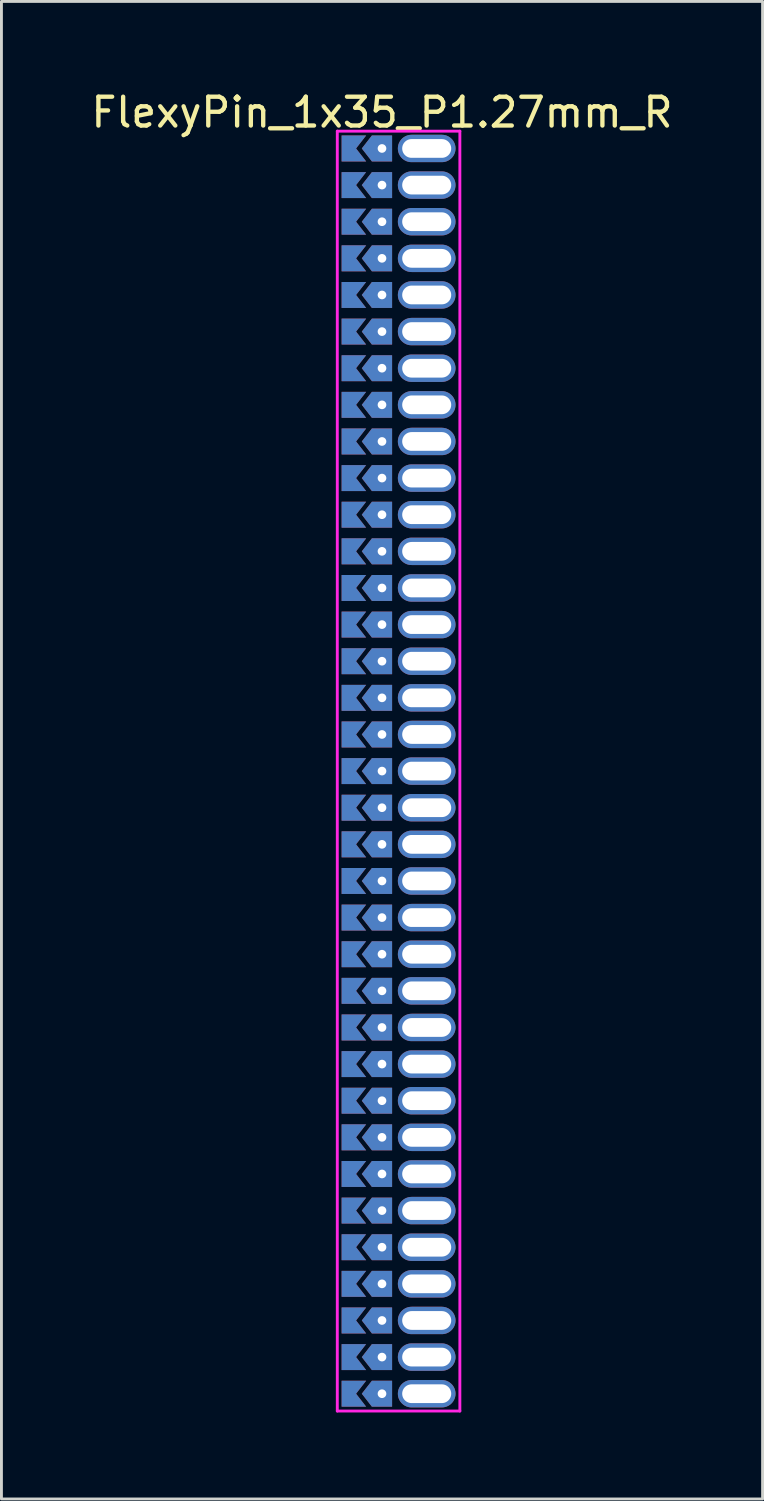
<source format=kicad_pcb>
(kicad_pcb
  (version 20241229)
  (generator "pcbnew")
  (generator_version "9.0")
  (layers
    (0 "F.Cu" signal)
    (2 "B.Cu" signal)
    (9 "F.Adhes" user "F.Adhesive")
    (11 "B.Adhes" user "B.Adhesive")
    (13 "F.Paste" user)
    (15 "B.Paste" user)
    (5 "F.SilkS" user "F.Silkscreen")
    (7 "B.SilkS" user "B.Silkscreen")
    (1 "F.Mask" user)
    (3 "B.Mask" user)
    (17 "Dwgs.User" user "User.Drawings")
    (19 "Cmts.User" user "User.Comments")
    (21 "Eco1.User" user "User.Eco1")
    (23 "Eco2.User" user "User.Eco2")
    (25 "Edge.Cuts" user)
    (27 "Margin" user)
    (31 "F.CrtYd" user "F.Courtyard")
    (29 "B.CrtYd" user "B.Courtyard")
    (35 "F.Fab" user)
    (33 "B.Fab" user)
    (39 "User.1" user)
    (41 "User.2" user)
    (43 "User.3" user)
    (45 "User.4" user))
  (footprint "FlexyPin_1x35_P1.27mm_R"
    (layer "F.Cu")
    (at 10.196 2.098)
    (property "Reference" "FlexyPin_1x35_P1.27mm_R" (at 0 -1.25 0) (layer "F.SilkS") (effects (font (size 1 1) (thickness 0.15))))
    (attr through_hole)
    (fp_line (start -1.55 -0.6) (end 2.7 -0.6) (stroke (width 0.1) (type solid)) (layer "F.CrtYd"))
    (fp_line (start -1.55 43.78) (end -1.55 -0.6) (stroke (width 0.1) (type solid)) (layer "F.CrtYd"))
    (fp_line (start 2.7 -0.6) (end 2.7 43.78) (stroke (width 0.1) (type solid)) (layer "F.CrtYd"))
    (fp_line (start 2.7 43.78) (end -1.55 43.78) (stroke (width 0.1) (type solid)) (layer "F.CrtYd"))
    (pad "" thru_hole custom (at 0 0) (size 0.3 0.3) (drill 0.6) (layers "*.Cu" "*.Mask") (options (anchor rect)) (primitives (gr_poly (pts (xy 0.35 0.45) (xy 0.35 -0.45) (xy -0.35 -0.45) (xy -0.7 0) (xy -0.35 0.45)) (width 0) (fill yes))))
    (pad "" thru_hole custom (at 0 1.27) (size 0.3 0.3) (drill 0.6) (layers "*.Cu" "*.Mask") (options (anchor rect)) (primitives (gr_poly (pts (xy 0.35 0.45) (xy 0.35 -0.45) (xy -0.35 -0.45) (xy -0.7 0) (xy -0.35 0.45)) (width 0) (fill yes))))
    (pad "" thru_hole custom (at 0 2.54) (size 0.3 0.3) (drill 0.6) (layers "*.Cu" "*.Mask") (options (anchor rect)) (primitives (gr_poly (pts (xy 0.35 0.45) (xy 0.35 -0.45) (xy -0.35 -0.45) (xy -0.7 0) (xy -0.35 0.45)) (width 0) (fill yes))))
    (pad "" thru_hole custom (at 0 3.81) (size 0.3 0.3) (drill 0.6) (layers "*.Cu" "*.Mask") (options (anchor rect)) (primitives (gr_poly (pts (xy 0.35 0.45) (xy 0.35 -0.45) (xy -0.35 -0.45) (xy -0.7 0) (xy -0.35 0.45)) (width 0) (fill yes))))
    (pad "" thru_hole custom (at 0 5.08) (size 0.3 0.3) (drill 0.6) (layers "*.Cu" "*.Mask") (options (anchor rect)) (primitives (gr_poly (pts (xy 0.35 0.45) (xy 0.35 -0.45) (xy -0.35 -0.45) (xy -0.7 0) (xy -0.35 0.45)) (width 0) (fill yes))))
    (pad "" thru_hole custom (at 0 6.35) (size 0.3 0.3) (drill 0.6) (layers "*.Cu" "*.Mask") (options (anchor rect)) (primitives (gr_poly (pts (xy 0.35 0.45) (xy 0.35 -0.45) (xy -0.35 -0.45) (xy -0.7 0) (xy -0.35 0.45)) (width 0) (fill yes))))
    (pad "" thru_hole custom (at 0 7.62) (size 0.3 0.3) (drill 0.6) (layers "*.Cu" "*.Mask") (options (anchor rect)) (primitives (gr_poly (pts (xy 0.35 0.45) (xy 0.35 -0.45) (xy -0.35 -0.45) (xy -0.7 0) (xy -0.35 0.45)) (width 0) (fill yes))))
    (pad "" thru_hole custom (at 0 8.89) (size 0.3 0.3) (drill 0.6) (layers "*.Cu" "*.Mask") (options (anchor rect)) (primitives (gr_poly (pts (xy 0.35 0.45) (xy 0.35 -0.45) (xy -0.35 -0.45) (xy -0.7 0) (xy -0.35 0.45)) (width 0) (fill yes))))
    (pad "" thru_hole custom (at 0 10.16) (size 0.3 0.3) (drill 0.6) (layers "*.Cu" "*.Mask") (options (anchor rect)) (primitives (gr_poly (pts (xy 0.35 0.45) (xy 0.35 -0.45) (xy -0.35 -0.45) (xy -0.7 0) (xy -0.35 0.45)) (width 0) (fill yes))))
    (pad "" thru_hole custom (at 0 11.43) (size 0.3 0.3) (drill 0.6) (layers "*.Cu" "*.Mask") (options (anchor rect)) (primitives (gr_poly (pts (xy 0.35 0.45) (xy 0.35 -0.45) (xy -0.35 -0.45) (xy -0.7 0) (xy -0.35 0.45)) (width 0) (fill yes))))
    (pad "" thru_hole custom (at 0 12.7) (size 0.3 0.3) (drill 0.6) (layers "*.Cu" "*.Mask") (options (anchor rect)) (primitives (gr_poly (pts (xy 0.35 0.45) (xy 0.35 -0.45) (xy -0.35 -0.45) (xy -0.7 0) (xy -0.35 0.45)) (width 0) (fill yes))))
    (pad "" thru_hole custom (at 0 13.97) (size 0.3 0.3) (drill 0.6) (layers "*.Cu" "*.Mask") (options (anchor rect)) (primitives (gr_poly (pts (xy 0.35 0.45) (xy 0.35 -0.45) (xy -0.35 -0.45) (xy -0.7 0) (xy -0.35 0.45)) (width 0) (fill yes))))
    (pad "" thru_hole custom (at 0 15.24) (size 0.3 0.3) (drill 0.6) (layers "*.Cu" "*.Mask") (options (anchor rect)) (primitives (gr_poly (pts (xy 0.35 0.45) (xy 0.35 -0.45) (xy -0.35 -0.45) (xy -0.7 0) (xy -0.35 0.45)) (width 0) (fill yes))))
    (pad "" thru_hole custom (at 0 16.51) (size 0.3 0.3) (drill 0.6) (layers "*.Cu" "*.Mask") (options (anchor rect)) (primitives (gr_poly (pts (xy 0.35 0.45) (xy 0.35 -0.45) (xy -0.35 -0.45) (xy -0.7 0) (xy -0.35 0.45)) (width 0) (fill yes))))
    (pad "" thru_hole custom (at 0 17.78) (size 0.3 0.3) (drill 0.6) (layers "*.Cu" "*.Mask") (options (anchor rect)) (primitives (gr_poly (pts (xy 0.35 0.45) (xy 0.35 -0.45) (xy -0.35 -0.45) (xy -0.7 0) (xy -0.35 0.45)) (width 0) (fill yes))))
    (pad "" thru_hole custom (at 0 19.05) (size 0.3 0.3) (drill 0.6) (layers "*.Cu" "*.Mask") (options (anchor rect)) (primitives (gr_poly (pts (xy 0.35 0.45) (xy 0.35 -0.45) (xy -0.35 -0.45) (xy -0.7 0) (xy -0.35 0.45)) (width 0) (fill yes))))
    (pad "" thru_hole custom (at 0 20.32) (size 0.3 0.3) (drill 0.6) (layers "*.Cu" "*.Mask") (options (anchor rect)) (primitives (gr_poly (pts (xy 0.35 0.45) (xy 0.35 -0.45) (xy -0.35 -0.45) (xy -0.7 0) (xy -0.35 0.45)) (width 0) (fill yes))))
    (pad "" thru_hole custom (at 0 21.59) (size 0.3 0.3) (drill 0.6) (layers "*.Cu" "*.Mask") (options (anchor rect)) (primitives (gr_poly (pts (xy 0.35 0.45) (xy 0.35 -0.45) (xy -0.35 -0.45) (xy -0.7 0) (xy -0.35 0.45)) (width 0) (fill yes))))
    (pad "" thru_hole custom (at 0 22.86) (size 0.3 0.3) (drill 0.6) (layers "*.Cu" "*.Mask") (options (anchor rect)) (primitives (gr_poly (pts (xy 0.35 0.45) (xy 0.35 -0.45) (xy -0.35 -0.45) (xy -0.7 0) (xy -0.35 0.45)) (width 0) (fill yes))))
    (pad "" thru_hole custom (at 0 24.13) (size 0.3 0.3) (drill 0.6) (layers "*.Cu" "*.Mask") (options (anchor rect)) (primitives (gr_poly (pts (xy 0.35 0.45) (xy 0.35 -0.45) (xy -0.35 -0.45) (xy -0.7 0) (xy -0.35 0.45)) (width 0) (fill yes))))
    (pad "" thru_hole custom (at 0 25.4) (size 0.3 0.3) (drill 0.6) (layers "*.Cu" "*.Mask") (options (anchor rect)) (primitives (gr_poly (pts (xy 0.35 0.45) (xy 0.35 -0.45) (xy -0.35 -0.45) (xy -0.7 0) (xy -0.35 0.45)) (width 0) (fill yes))))
    (pad "" thru_hole custom (at 0 26.67) (size 0.3 0.3) (drill 0.6) (layers "*.Cu" "*.Mask") (options (anchor rect)) (primitives (gr_poly (pts (xy 0.35 0.45) (xy 0.35 -0.45) (xy -0.35 -0.45) (xy -0.7 0) (xy -0.35 0.45)) (width 0) (fill yes))))
    (pad "" thru_hole custom (at 0 27.94) (size 0.3 0.3) (drill 0.6) (layers "*.Cu" "*.Mask") (options (anchor rect)) (primitives (gr_poly (pts (xy 0.35 0.45) (xy 0.35 -0.45) (xy -0.35 -0.45) (xy -0.7 0) (xy -0.35 0.45)) (width 0) (fill yes))))
    (pad "" thru_hole custom (at 0 29.21) (size 0.3 0.3) (drill 0.6) (layers "*.Cu" "*.Mask") (options (anchor rect)) (primitives (gr_poly (pts (xy 0.35 0.45) (xy 0.35 -0.45) (xy -0.35 -0.45) (xy -0.7 0) (xy -0.35 0.45)) (width 0) (fill yes))))
    (pad "" thru_hole custom (at 0 30.48) (size 0.3 0.3) (drill 0.6) (layers "*.Cu" "*.Mask") (options (anchor rect)) (primitives (gr_poly (pts (xy 0.35 0.45) (xy 0.35 -0.45) (xy -0.35 -0.45) (xy -0.7 0) (xy -0.35 0.45)) (width 0) (fill yes))))
    (pad "" thru_hole custom (at 0 31.75) (size 0.3 0.3) (drill 0.6) (layers "*.Cu" "*.Mask") (options (anchor rect)) (primitives (gr_poly (pts (xy 0.35 0.45) (xy 0.35 -0.45) (xy -0.35 -0.45) (xy -0.7 0) (xy -0.35 0.45)) (width 0) (fill yes))))
    (pad "" thru_hole custom (at 0 33.02) (size 0.3 0.3) (drill 0.6) (layers "*.Cu" "*.Mask") (options (anchor rect)) (primitives (gr_poly (pts (xy 0.35 0.45) (xy 0.35 -0.45) (xy -0.35 -0.45) (xy -0.7 0) (xy -0.35 0.45)) (width 0) (fill yes))))
    (pad "" thru_hole custom (at 0 34.29) (size 0.3 0.3) (drill 0.6) (layers "*.Cu" "*.Mask") (options (anchor rect)) (primitives (gr_poly (pts (xy 0.35 0.45) (xy 0.35 -0.45) (xy -0.35 -0.45) (xy -0.7 0) (xy -0.35 0.45)) (width 0) (fill yes))))
    (pad "" thru_hole custom (at 0 35.56) (size 0.3 0.3) (drill 0.6) (layers "*.Cu" "*.Mask") (options (anchor rect)) (primitives (gr_poly (pts (xy 0.35 0.45) (xy 0.35 -0.45) (xy -0.35 -0.45) (xy -0.7 0) (xy -0.35 0.45)) (width 0) (fill yes))))
    (pad "" thru_hole custom (at 0 36.83) (size 0.3 0.3) (drill 0.6) (layers "*.Cu" "*.Mask") (options (anchor rect)) (primitives (gr_poly (pts (xy 0.35 0.45) (xy 0.35 -0.45) (xy -0.35 -0.45) (xy -0.7 0) (xy -0.35 0.45)) (width 0) (fill yes))))
    (pad "" thru_hole custom (at 0 38.1) (size 0.3 0.3) (drill 0.6) (layers "*.Cu" "*.Mask") (options (anchor rect)) (primitives (gr_poly (pts (xy 0.35 0.45) (xy 0.35 -0.45) (xy -0.35 -0.45) (xy -0.7 0) (xy -0.35 0.45)) (width 0) (fill yes))))
    (pad "" thru_hole custom (at 0 39.37) (size 0.3 0.3) (drill 0.6) (layers "*.Cu" "*.Mask") (options (anchor rect)) (primitives (gr_poly (pts (xy 0.35 0.45) (xy 0.35 -0.45) (xy -0.35 -0.45) (xy -0.7 0) (xy -0.35 0.45)) (width 0) (fill yes))))
    (pad "" thru_hole custom (at 0 40.64) (size 0.3 0.3) (drill 0.6) (layers "*.Cu" "*.Mask") (options (anchor rect)) (primitives (gr_poly (pts (xy 0.35 0.45) (xy 0.35 -0.45) (xy -0.35 -0.45) (xy -0.7 0) (xy -0.35 0.45)) (width 0) (fill yes))))
    (pad "" thru_hole custom (at 0 41.91) (size 0.3 0.3) (drill 0.6) (layers "*.Cu" "*.Mask") (options (anchor rect)) (primitives (gr_poly (pts (xy 0.35 0.45) (xy 0.35 -0.45) (xy -0.35 -0.45) (xy -0.7 0) (xy -0.35 0.45)) (width 0) (fill yes))))
    (pad "" thru_hole custom (at 0 43.18) (size 0.3 0.3) (drill 0.6) (layers "*.Cu" "*.Mask") (options (anchor rect)) (primitives (gr_poly (pts (xy 0.35 0.45) (xy 0.35 -0.45) (xy -0.35 -0.45) (xy -0.7 0) (xy -0.35 0.45)) (width 0) (fill yes))))
    (pad "" thru_hole oval (at 1.55 0) (size 2 0.95) (drill oval 1.7 0.65) (layers "*.Cu" "*.Mask"))
    (pad "" thru_hole oval (at 1.55 1.27) (size 2 0.95) (drill oval 1.7 0.65) (layers "*.Cu" "*.Mask"))
    (pad "" thru_hole oval (at 1.55 2.54) (size 2 0.95) (drill oval 1.7 0.65) (layers "*.Cu" "*.Mask"))
    (pad "" thru_hole oval (at 1.55 3.81) (size 2 0.95) (drill oval 1.7 0.65) (layers "*.Cu" "*.Mask"))
    (pad "" thru_hole oval (at 1.55 5.08) (size 2 0.95) (drill oval 1.7 0.65) (layers "*.Cu" "*.Mask"))
    (pad "" thru_hole oval (at 1.55 6.35) (size 2 0.95) (drill oval 1.7 0.65) (layers "*.Cu" "*.Mask"))
    (pad "" thru_hole oval (at 1.55 7.62) (size 2 0.95) (drill oval 1.7 0.65) (layers "*.Cu" "*.Mask"))
    (pad "" thru_hole oval (at 1.55 8.89) (size 2 0.95) (drill oval 1.7 0.65) (layers "*.Cu" "*.Mask"))
    (pad "" thru_hole oval (at 1.55 10.16) (size 2 0.95) (drill oval 1.7 0.65) (layers "*.Cu" "*.Mask"))
    (pad "" thru_hole oval (at 1.55 11.43) (size 2 0.95) (drill oval 1.7 0.65) (layers "*.Cu" "*.Mask"))
    (pad "" thru_hole oval (at 1.55 12.7) (size 2 0.95) (drill oval 1.7 0.65) (layers "*.Cu" "*.Mask"))
    (pad "" thru_hole oval (at 1.55 13.97) (size 2 0.95) (drill oval 1.7 0.65) (layers "*.Cu" "*.Mask"))
    (pad "" thru_hole oval (at 1.55 15.24) (size 2 0.95) (drill oval 1.7 0.65) (layers "*.Cu" "*.Mask"))
    (pad "" thru_hole oval (at 1.55 16.51) (size 2 0.95) (drill oval 1.7 0.65) (layers "*.Cu" "*.Mask"))
    (pad "" thru_hole oval (at 1.55 17.78) (size 2 0.95) (drill oval 1.7 0.65) (layers "*.Cu" "*.Mask"))
    (pad "" thru_hole oval (at 1.55 19.05) (size 2 0.95) (drill oval 1.7 0.65) (layers "*.Cu" "*.Mask"))
    (pad "" thru_hole oval (at 1.55 20.32) (size 2 0.95) (drill oval 1.7 0.65) (layers "*.Cu" "*.Mask"))
    (pad "" thru_hole oval (at 1.55 21.59) (size 2 0.95) (drill oval 1.7 0.65) (layers "*.Cu" "*.Mask"))
    (pad "" thru_hole oval (at 1.55 22.86) (size 2 0.95) (drill oval 1.7 0.65) (layers "*.Cu" "*.Mask"))
    (pad "" thru_hole oval (at 1.55 24.13) (size 2 0.95) (drill oval 1.7 0.65) (layers "*.Cu" "*.Mask"))
    (pad "" thru_hole oval (at 1.55 25.4) (size 2 0.95) (drill oval 1.7 0.65) (layers "*.Cu" "*.Mask"))
    (pad "" thru_hole oval (at 1.55 26.67) (size 2 0.95) (drill oval 1.7 0.65) (layers "*.Cu" "*.Mask"))
    (pad "" thru_hole oval (at 1.55 27.94) (size 2 0.95) (drill oval 1.7 0.65) (layers "*.Cu" "*.Mask"))
    (pad "" thru_hole oval (at 1.55 29.21) (size 2 0.95) (drill oval 1.7 0.65) (layers "*.Cu" "*.Mask"))
    (pad "" thru_hole oval (at 1.55 30.48) (size 2 0.95) (drill oval 1.7 0.65) (layers "*.Cu" "*.Mask"))
    (pad "" thru_hole oval (at 1.55 31.75) (size 2 0.95) (drill oval 1.7 0.65) (layers "*.Cu" "*.Mask"))
    (pad "" thru_hole oval (at 1.55 33.02) (size 2 0.95) (drill oval 1.7 0.65) (layers "*.Cu" "*.Mask"))
    (pad "" thru_hole oval (at 1.55 34.29) (size 2 0.95) (drill oval 1.7 0.65) (layers "*.Cu" "*.Mask"))
    (pad "" thru_hole oval (at 1.55 35.56) (size 2 0.95) (drill oval 1.7 0.65) (layers "*.Cu" "*.Mask"))
    (pad "" thru_hole oval (at 1.55 36.83) (size 2 0.95) (drill oval 1.7 0.65) (layers "*.Cu" "*.Mask"))
    (pad "" thru_hole oval (at 1.55 38.1) (size 2 0.95) (drill oval 1.7 0.65) (layers "*.Cu" "*.Mask"))
    (pad "" thru_hole oval (at 1.55 39.37) (size 2 0.95) (drill oval 1.7 0.65) (layers "*.Cu" "*.Mask"))
    (pad "" thru_hole oval (at 1.55 40.64) (size 2 0.95) (drill oval 1.7 0.65) (layers "*.Cu" "*.Mask"))
    (pad "" thru_hole oval (at 1.55 41.91) (size 2 0.95) (drill oval 1.7 0.65) (layers "*.Cu" "*.Mask"))
    (pad "" thru_hole oval (at 1.55 43.18) (size 2 0.95) (drill oval 1.7 0.65) (layers "*.Cu" "*.Mask"))
    (pad "1" smd custom (at -0.9 0) (size 0.01 0.01) (layers "F.Cu" "F.Mask") (options (anchor rect)) (primitives (gr_poly (pts (xy 0 0) (xy 0.35 0.45) (xy -0.5 0.45) (xy -0.5 -0.45) (xy 0.35 -0.45)) (width 0) (fill yes))))
    (pad "2" smd custom (at -0.9 1.27) (size 0.01 0.01) (layers "F.Cu" "F.Mask") (options (anchor rect)) (primitives (gr_poly (pts (xy 0 0) (xy 0.35 0.45) (xy -0.5 0.45) (xy -0.5 -0.45) (xy 0.35 -0.45)) (width 0) (fill yes))))
    (pad "3" smd custom (at -0.9 2.54) (size 0.01 0.01) (layers "F.Cu" "F.Mask") (options (anchor rect)) (primitives (gr_poly (pts (xy 0 0) (xy 0.35 0.45) (xy -0.5 0.45) (xy -0.5 -0.45) (xy 0.35 -0.45)) (width 0) (fill yes))))
    (pad "4" smd custom (at -0.9 3.81) (size 0.01 0.01) (layers "F.Cu" "F.Mask") (options (anchor rect)) (primitives (gr_poly (pts (xy 0 0) (xy 0.35 0.45) (xy -0.5 0.45) (xy -0.5 -0.45) (xy 0.35 -0.45)) (width 0) (fill yes))))
    (pad "5" smd custom (at -0.9 5.08) (size 0.01 0.01) (layers "F.Cu" "F.Mask") (options (anchor rect)) (primitives (gr_poly (pts (xy 0 0) (xy 0.35 0.45) (xy -0.5 0.45) (xy -0.5 -0.45) (xy 0.35 -0.45)) (width 0) (fill yes))))
    (pad "6" smd custom (at -0.9 6.35) (size 0.01 0.01) (layers "F.Cu" "F.Mask") (options (anchor rect)) (primitives (gr_poly (pts (xy 0 0) (xy 0.35 0.45) (xy -0.5 0.45) (xy -0.5 -0.45) (xy 0.35 -0.45)) (width 0) (fill yes))))
    (pad "7" smd custom (at -0.9 7.62) (size 0.01 0.01) (layers "F.Cu" "F.Mask") (options (anchor rect)) (primitives (gr_poly (pts (xy 0 0) (xy 0.35 0.45) (xy -0.5 0.45) (xy -0.5 -0.45) (xy 0.35 -0.45)) (width 0) (fill yes))))
    (pad "8" smd custom (at -0.9 8.89) (size 0.01 0.01) (layers "F.Cu" "F.Mask") (options (anchor rect)) (primitives (gr_poly (pts (xy 0 0) (xy 0.35 0.45) (xy -0.5 0.45) (xy -0.5 -0.45) (xy 0.35 -0.45)) (width 0) (fill yes))))
    (pad "9" smd custom (at -0.9 10.16) (size 0.01 0.01) (layers "F.Cu" "F.Mask") (options (anchor rect)) (primitives (gr_poly (pts (xy 0 0) (xy 0.35 0.45) (xy -0.5 0.45) (xy -0.5 -0.45) (xy 0.35 -0.45)) (width 0) (fill yes))))
    (pad "10" smd custom (at -0.9 11.43) (size 0.01 0.01) (layers "F.Cu" "F.Mask") (options (anchor rect)) (primitives (gr_poly (pts (xy 0 0) (xy 0.35 0.45) (xy -0.5 0.45) (xy -0.5 -0.45) (xy 0.35 -0.45)) (width 0) (fill yes))))
    (pad "11" smd custom (at -0.9 12.7) (size 0.01 0.01) (layers "F.Cu" "F.Mask") (options (anchor rect)) (primitives (gr_poly (pts (xy 0 0) (xy 0.35 0.45) (xy -0.5 0.45) (xy -0.5 -0.45) (xy 0.35 -0.45)) (width 0) (fill yes))))
    (pad "12" smd custom (at -0.9 13.97) (size 0.01 0.01) (layers "F.Cu" "F.Mask") (options (anchor rect)) (primitives (gr_poly (pts (xy 0 0) (xy 0.35 0.45) (xy -0.5 0.45) (xy -0.5 -0.45) (xy 0.35 -0.45)) (width 0) (fill yes))))
    (pad "13" smd custom (at -0.9 15.24) (size 0.01 0.01) (layers "F.Cu" "F.Mask") (options (anchor rect)) (primitives (gr_poly (pts (xy 0 0) (xy 0.35 0.45) (xy -0.5 0.45) (xy -0.5 -0.45) (xy 0.35 -0.45)) (width 0) (fill yes))))
    (pad "14" smd custom (at -0.9 16.51) (size 0.01 0.01) (layers "F.Cu" "F.Mask") (options (anchor rect)) (primitives (gr_poly (pts (xy 0 0) (xy 0.35 0.45) (xy -0.5 0.45) (xy -0.5 -0.45) (xy 0.35 -0.45)) (width 0) (fill yes))))
    (pad "15" smd custom (at -0.9 17.78) (size 0.01 0.01) (layers "F.Cu" "F.Mask") (options (anchor rect)) (primitives (gr_poly (pts (xy 0 0) (xy 0.35 0.45) (xy -0.5 0.45) (xy -0.5 -0.45) (xy 0.35 -0.45)) (width 0) (fill yes))))
    (pad "16" smd custom (at -0.9 19.05) (size 0.01 0.01) (layers "F.Cu" "F.Mask") (options (anchor rect)) (primitives (gr_poly (pts (xy 0 0) (xy 0.35 0.45) (xy -0.5 0.45) (xy -0.5 -0.45) (xy 0.35 -0.45)) (width 0) (fill yes))))
    (pad "17" smd custom (at -0.9 20.32) (size 0.01 0.01) (layers "F.Cu" "F.Mask") (options (anchor rect)) (primitives (gr_poly (pts (xy 0 0) (xy 0.35 0.45) (xy -0.5 0.45) (xy -0.5 -0.45) (xy 0.35 -0.45)) (width 0) (fill yes))))
    (pad "18" smd custom (at -0.9 21.59) (size 0.01 0.01) (layers "F.Cu" "F.Mask") (options (anchor rect)) (primitives (gr_poly (pts (xy 0 0) (xy 0.35 0.45) (xy -0.5 0.45) (xy -0.5 -0.45) (xy 0.35 -0.45)) (width 0) (fill yes))))
    (pad "19" smd custom (at -0.9 22.86) (size 0.01 0.01) (layers "F.Cu" "F.Mask") (options (anchor rect)) (primitives (gr_poly (pts (xy 0 0) (xy 0.35 0.45) (xy -0.5 0.45) (xy -0.5 -0.45) (xy 0.35 -0.45)) (width 0) (fill yes))))
    (pad "20" smd custom (at -0.9 24.13) (size 0.01 0.01) (layers "F.Cu" "F.Mask") (options (anchor rect)) (primitives (gr_poly (pts (xy 0 0) (xy 0.35 0.45) (xy -0.5 0.45) (xy -0.5 -0.45) (xy 0.35 -0.45)) (width 0) (fill yes))))
    (pad "21" smd custom (at -0.9 25.4) (size 0.01 0.01) (layers "F.Cu" "F.Mask") (options (anchor rect)) (primitives (gr_poly (pts (xy 0 0) (xy 0.35 0.45) (xy -0.5 0.45) (xy -0.5 -0.45) (xy 0.35 -0.45)) (width 0) (fill yes))))
    (pad "22" smd custom (at -0.9 26.67) (size 0.01 0.01) (layers "F.Cu" "F.Mask") (options (anchor rect)) (primitives (gr_poly (pts (xy 0 0) (xy 0.35 0.45) (xy -0.5 0.45) (xy -0.5 -0.45) (xy 0.35 -0.45)) (width 0) (fill yes))))
    (pad "23" smd custom (at -0.9 27.94) (size 0.01 0.01) (layers "F.Cu" "F.Mask") (options (anchor rect)) (primitives (gr_poly (pts (xy 0 0) (xy 0.35 0.45) (xy -0.5 0.45) (xy -0.5 -0.45) (xy 0.35 -0.45)) (width 0) (fill yes))))
    (pad "24" smd custom (at -0.9 29.21) (size 0.01 0.01) (layers "F.Cu" "F.Mask") (options (anchor rect)) (primitives (gr_poly (pts (xy 0 0) (xy 0.35 0.45) (xy -0.5 0.45) (xy -0.5 -0.45) (xy 0.35 -0.45)) (width 0) (fill yes))))
    (pad "25" smd custom (at -0.9 30.48) (size 0.01 0.01) (layers "F.Cu" "F.Mask") (options (anchor rect)) (primitives (gr_poly (pts (xy 0 0) (xy 0.35 0.45) (xy -0.5 0.45) (xy -0.5 -0.45) (xy 0.35 -0.45)) (width 0) (fill yes))))
    (pad "26" smd custom (at -0.9 31.75) (size 0.01 0.01) (layers "F.Cu" "F.Mask") (options (anchor rect)) (primitives (gr_poly (pts (xy 0 0) (xy 0.35 0.45) (xy -0.5 0.45) (xy -0.5 -0.45) (xy 0.35 -0.45)) (width 0) (fill yes))))
    (pad "27" smd custom (at -0.9 33.02) (size 0.01 0.01) (layers "F.Cu" "F.Mask") (options (anchor rect)) (primitives (gr_poly (pts (xy 0 0) (xy 0.35 0.45) (xy -0.5 0.45) (xy -0.5 -0.45) (xy 0.35 -0.45)) (width 0) (fill yes))))
    (pad "28" smd custom (at -0.9 34.29) (size 0.01 0.01) (layers "F.Cu" "F.Mask") (options (anchor rect)) (primitives (gr_poly (pts (xy 0 0) (xy 0.35 0.45) (xy -0.5 0.45) (xy -0.5 -0.45) (xy 0.35 -0.45)) (width 0) (fill yes))))
    (pad "29" smd custom (at -0.9 35.56) (size 0.01 0.01) (layers "F.Cu" "F.Mask") (options (anchor rect)) (primitives (gr_poly (pts (xy 0 0) (xy 0.35 0.45) (xy -0.5 0.45) (xy -0.5 -0.45) (xy 0.35 -0.45)) (width 0) (fill yes))))
    (pad "30" smd custom (at -0.9 36.83) (size 0.01 0.01) (layers "F.Cu" "F.Mask") (options (anchor rect)) (primitives (gr_poly (pts (xy 0 0) (xy 0.35 0.45) (xy -0.5 0.45) (xy -0.5 -0.45) (xy 0.35 -0.45)) (width 0) (fill yes))))
    (pad "31" smd custom (at -0.9 38.1) (size 0.01 0.01) (layers "F.Cu" "F.Mask") (options (anchor rect)) (primitives (gr_poly (pts (xy 0 0) (xy 0.35 0.45) (xy -0.5 0.45) (xy -0.5 -0.45) (xy 0.35 -0.45)) (width 0) (fill yes))))
    (pad "32" smd custom (at -0.9 39.37) (size 0.01 0.01) (layers "F.Cu" "F.Mask") (options (anchor rect)) (primitives (gr_poly (pts (xy 0 0) (xy 0.35 0.45) (xy -0.5 0.45) (xy -0.5 -0.45) (xy 0.35 -0.45)) (width 0) (fill yes))))
    (pad "33" smd custom (at -0.9 40.64) (size 0.01 0.01) (layers "F.Cu" "F.Mask") (options (anchor rect)) (primitives (gr_poly (pts (xy 0 0) (xy 0.35 0.45) (xy -0.5 0.45) (xy -0.5 -0.45) (xy 0.35 -0.45)) (width 0) (fill yes))))
    (pad "34" smd custom (at -0.9 41.91) (size 0.01 0.01) (layers "F.Cu" "F.Mask") (options (anchor rect)) (primitives (gr_poly (pts (xy 0 0) (xy 0.35 0.45) (xy -0.5 0.45) (xy -0.5 -0.45) (xy 0.35 -0.45)) (width 0) (fill yes))))
    (pad "35" smd custom (at -0.9 43.18) (size 0.01 0.01) (layers "F.Cu" "F.Mask") (options (anchor rect)) (primitives (gr_poly (pts (xy 0 0) (xy 0.35 0.45) (xy -0.5 0.45) (xy -0.5 -0.45) (xy 0.35 -0.45)) (width 0) (fill yes))))
    (pad "36" smd custom (at -0.9 0) (size 0.01 0.01) (layers "B.Cu" "B.Mask") (options (anchor rect)) (primitives (gr_poly (pts (xy 0 0) (xy 0.35 0.45) (xy -0.5 0.45) (xy -0.5 -0.45) (xy 0.35 -0.45)) (width 0) (fill yes))))
    (pad "37" smd custom (at -0.9 1.27) (size 0.01 0.01) (layers "B.Cu" "B.Mask") (options (anchor rect)) (primitives (gr_poly (pts (xy 0 0) (xy 0.35 0.45) (xy -0.5 0.45) (xy -0.5 -0.45) (xy 0.35 -0.45)) (width 0) (fill yes))))
    (pad "38" smd custom (at -0.9 2.54) (size 0.01 0.01) (layers "B.Cu" "B.Mask") (options (anchor rect)) (primitives (gr_poly (pts (xy 0 0) (xy 0.35 0.45) (xy -0.5 0.45) (xy -0.5 -0.45) (xy 0.35 -0.45)) (width 0) (fill yes))))
    (pad "39" smd custom (at -0.9 3.81) (size 0.01 0.01) (layers "B.Cu" "B.Mask") (options (anchor rect)) (primitives (gr_poly (pts (xy 0 0) (xy 0.35 0.45) (xy -0.5 0.45) (xy -0.5 -0.45) (xy 0.35 -0.45)) (width 0) (fill yes))))
    (pad "40" smd custom (at -0.9 5.08) (size 0.01 0.01) (layers "B.Cu" "B.Mask") (options (anchor rect)) (primitives (gr_poly (pts (xy 0 0) (xy 0.35 0.45) (xy -0.5 0.45) (xy -0.5 -0.45) (xy 0.35 -0.45)) (width 0) (fill yes))))
    (pad "41" smd custom (at -0.9 6.35) (size 0.01 0.01) (layers "B.Cu" "B.Mask") (options (anchor rect)) (primitives (gr_poly (pts (xy 0 0) (xy 0.35 0.45) (xy -0.5 0.45) (xy -0.5 -0.45) (xy 0.35 -0.45)) (width 0) (fill yes))))
    (pad "42" smd custom (at -0.9 7.62) (size 0.01 0.01) (layers "B.Cu" "B.Mask") (options (anchor rect)) (primitives (gr_poly (pts (xy 0 0) (xy 0.35 0.45) (xy -0.5 0.45) (xy -0.5 -0.45) (xy 0.35 -0.45)) (width 0) (fill yes))))
    (pad "43" smd custom (at -0.9 8.89) (size 0.01 0.01) (layers "B.Cu" "B.Mask") (options (anchor rect)) (primitives (gr_poly (pts (xy 0 0) (xy 0.35 0.45) (xy -0.5 0.45) (xy -0.5 -0.45) (xy 0.35 -0.45)) (width 0) (fill yes))))
    (pad "44" smd custom (at -0.9 10.16) (size 0.01 0.01) (layers "B.Cu" "B.Mask") (options (anchor rect)) (primitives (gr_poly (pts (xy 0 0) (xy 0.35 0.45) (xy -0.5 0.45) (xy -0.5 -0.45) (xy 0.35 -0.45)) (width 0) (fill yes))))
    (pad "45" smd custom (at -0.9 11.43) (size 0.01 0.01) (layers "B.Cu" "B.Mask") (options (anchor rect)) (primitives (gr_poly (pts (xy 0 0) (xy 0.35 0.45) (xy -0.5 0.45) (xy -0.5 -0.45) (xy 0.35 -0.45)) (width 0) (fill yes))))
    (pad "46" smd custom (at -0.9 12.7) (size 0.01 0.01) (layers "B.Cu" "B.Mask") (options (anchor rect)) (primitives (gr_poly (pts (xy 0 0) (xy 0.35 0.45) (xy -0.5 0.45) (xy -0.5 -0.45) (xy 0.35 -0.45)) (width 0) (fill yes))))
    (pad "47" smd custom (at -0.9 13.97) (size 0.01 0.01) (layers "B.Cu" "B.Mask") (options (anchor rect)) (primitives (gr_poly (pts (xy 0 0) (xy 0.35 0.45) (xy -0.5 0.45) (xy -0.5 -0.45) (xy 0.35 -0.45)) (width 0) (fill yes))))
    (pad "48" smd custom (at -0.9 15.24) (size 0.01 0.01) (layers "B.Cu" "B.Mask") (options (anchor rect)) (primitives (gr_poly (pts (xy 0 0) (xy 0.35 0.45) (xy -0.5 0.45) (xy -0.5 -0.45) (xy 0.35 -0.45)) (width 0) (fill yes))))
    (pad "49" smd custom (at -0.9 16.51) (size 0.01 0.01) (layers "B.Cu" "B.Mask") (options (anchor rect)) (primitives (gr_poly (pts (xy 0 0) (xy 0.35 0.45) (xy -0.5 0.45) (xy -0.5 -0.45) (xy 0.35 -0.45)) (width 0) (fill yes))))
    (pad "50" smd custom (at -0.9 17.78) (size 0.01 0.01) (layers "B.Cu" "B.Mask") (options (anchor rect)) (primitives (gr_poly (pts (xy 0 0) (xy 0.35 0.45) (xy -0.5 0.45) (xy -0.5 -0.45) (xy 0.35 -0.45)) (width 0) (fill yes))))
    (pad "51" smd custom (at -0.9 19.05) (size 0.01 0.01) (layers "B.Cu" "B.Mask") (options (anchor rect)) (primitives (gr_poly (pts (xy 0 0) (xy 0.35 0.45) (xy -0.5 0.45) (xy -0.5 -0.45) (xy 0.35 -0.45)) (width 0) (fill yes))))
    (pad "52" smd custom (at -0.9 20.32) (size 0.01 0.01) (layers "B.Cu" "B.Mask") (options (anchor rect)) (primitives (gr_poly (pts (xy 0 0) (xy 0.35 0.45) (xy -0.5 0.45) (xy -0.5 -0.45) (xy 0.35 -0.45)) (width 0) (fill yes))))
    (pad "53" smd custom (at -0.9 21.59) (size 0.01 0.01) (layers "B.Cu" "B.Mask") (options (anchor rect)) (primitives (gr_poly (pts (xy 0 0) (xy 0.35 0.45) (xy -0.5 0.45) (xy -0.5 -0.45) (xy 0.35 -0.45)) (width 0) (fill yes))))
    (pad "54" smd custom (at -0.9 22.86) (size 0.01 0.01) (layers "B.Cu" "B.Mask") (options (anchor rect)) (primitives (gr_poly (pts (xy 0 0) (xy 0.35 0.45) (xy -0.5 0.45) (xy -0.5 -0.45) (xy 0.35 -0.45)) (width 0) (fill yes))))
    (pad "55" smd custom (at -0.9 24.13) (size 0.01 0.01) (layers "B.Cu" "B.Mask") (options (anchor rect)) (primitives (gr_poly (pts (xy 0 0) (xy 0.35 0.45) (xy -0.5 0.45) (xy -0.5 -0.45) (xy 0.35 -0.45)) (width 0) (fill yes))))
    (pad "56" smd custom (at -0.9 25.4) (size 0.01 0.01) (layers "B.Cu" "B.Mask") (options (anchor rect)) (primitives (gr_poly (pts (xy 0 0) (xy 0.35 0.45) (xy -0.5 0.45) (xy -0.5 -0.45) (xy 0.35 -0.45)) (width 0) (fill yes))))
    (pad "57" smd custom (at -0.9 26.67) (size 0.01 0.01) (layers "B.Cu" "B.Mask") (options (anchor rect)) (primitives (gr_poly (pts (xy 0 0) (xy 0.35 0.45) (xy -0.5 0.45) (xy -0.5 -0.45) (xy 0.35 -0.45)) (width 0) (fill yes))))
    (pad "58" smd custom (at -0.9 27.94) (size 0.01 0.01) (layers "B.Cu" "B.Mask") (options (anchor rect)) (primitives (gr_poly (pts (xy 0 0) (xy 0.35 0.45) (xy -0.5 0.45) (xy -0.5 -0.45) (xy 0.35 -0.45)) (width 0) (fill yes))))
    (pad "59" smd custom (at -0.9 29.21) (size 0.01 0.01) (layers "B.Cu" "B.Mask") (options (anchor rect)) (primitives (gr_poly (pts (xy 0 0) (xy 0.35 0.45) (xy -0.5 0.45) (xy -0.5 -0.45) (xy 0.35 -0.45)) (width 0) (fill yes))))
    (pad "60" smd custom (at -0.9 30.48) (size 0.01 0.01) (layers "B.Cu" "B.Mask") (options (anchor rect)) (primitives (gr_poly (pts (xy 0 0) (xy 0.35 0.45) (xy -0.5 0.45) (xy -0.5 -0.45) (xy 0.35 -0.45)) (width 0) (fill yes))))
    (pad "61" smd custom (at -0.9 31.75) (size 0.01 0.01) (layers "B.Cu" "B.Mask") (options (anchor rect)) (primitives (gr_poly (pts (xy 0 0) (xy 0.35 0.45) (xy -0.5 0.45) (xy -0.5 -0.45) (xy 0.35 -0.45)) (width 0) (fill yes))))
    (pad "62" smd custom (at -0.9 33.02) (size 0.01 0.01) (layers "B.Cu" "B.Mask") (options (anchor rect)) (primitives (gr_poly (pts (xy 0 0) (xy 0.35 0.45) (xy -0.5 0.45) (xy -0.5 -0.45) (xy 0.35 -0.45)) (width 0) (fill yes))))
    (pad "63" smd custom (at -0.9 34.29) (size 0.01 0.01) (layers "B.Cu" "B.Mask") (options (anchor rect)) (primitives (gr_poly (pts (xy 0 0) (xy 0.35 0.45) (xy -0.5 0.45) (xy -0.5 -0.45) (xy 0.35 -0.45)) (width 0) (fill yes))))
    (pad "64" smd custom (at -0.9 35.56) (size 0.01 0.01) (layers "B.Cu" "B.Mask") (options (anchor rect)) (primitives (gr_poly (pts (xy 0 0) (xy 0.35 0.45) (xy -0.5 0.45) (xy -0.5 -0.45) (xy 0.35 -0.45)) (width 0) (fill yes))))
    (pad "65" smd custom (at -0.9 36.83) (size 0.01 0.01) (layers "B.Cu" "B.Mask") (options (anchor rect)) (primitives (gr_poly (pts (xy 0 0) (xy 0.35 0.45) (xy -0.5 0.45) (xy -0.5 -0.45) (xy 0.35 -0.45)) (width 0) (fill yes))))
    (pad "66" smd custom (at -0.9 38.1) (size 0.01 0.01) (layers "B.Cu" "B.Mask") (options (anchor rect)) (primitives (gr_poly (pts (xy 0 0) (xy 0.35 0.45) (xy -0.5 0.45) (xy -0.5 -0.45) (xy 0.35 -0.45)) (width 0) (fill yes))))
    (pad "67" smd custom (at -0.9 39.37) (size 0.01 0.01) (layers "B.Cu" "B.Mask") (options (anchor rect)) (primitives (gr_poly (pts (xy 0 0) (xy 0.35 0.45) (xy -0.5 0.45) (xy -0.5 -0.45) (xy 0.35 -0.45)) (width 0) (fill yes))))
    (pad "68" smd custom (at -0.9 40.64) (size 0.01 0.01) (layers "B.Cu" "B.Mask") (options (anchor rect)) (primitives (gr_poly (pts (xy 0 0) (xy 0.35 0.45) (xy -0.5 0.45) (xy -0.5 -0.45) (xy 0.35 -0.45)) (width 0) (fill yes))))
    (pad "69" smd custom (at -0.9 41.91) (size 0.01 0.01) (layers "B.Cu" "B.Mask") (options (anchor rect)) (primitives (gr_poly (pts (xy 0 0) (xy 0.35 0.45) (xy -0.5 0.45) (xy -0.5 -0.45) (xy 0.35 -0.45)) (width 0) (fill yes))))
    (pad "70" smd custom (at -0.9 43.18) (size 0.01 0.01) (layers "B.Cu" "B.Mask") (options (anchor rect)) (primitives (gr_poly (pts (xy 0 0) (xy 0.35 0.45) (xy -0.5 0.45) (xy -0.5 -0.45) (xy 0.35 -0.45)) (width 0) (fill yes)))))
  (gr_rect
    (start -3 -3)
    (end 23.393 48.928)
    (stroke (width 0.1) (type default))
    (fill no)
    (layer "Edge.Cuts")))
</source>
